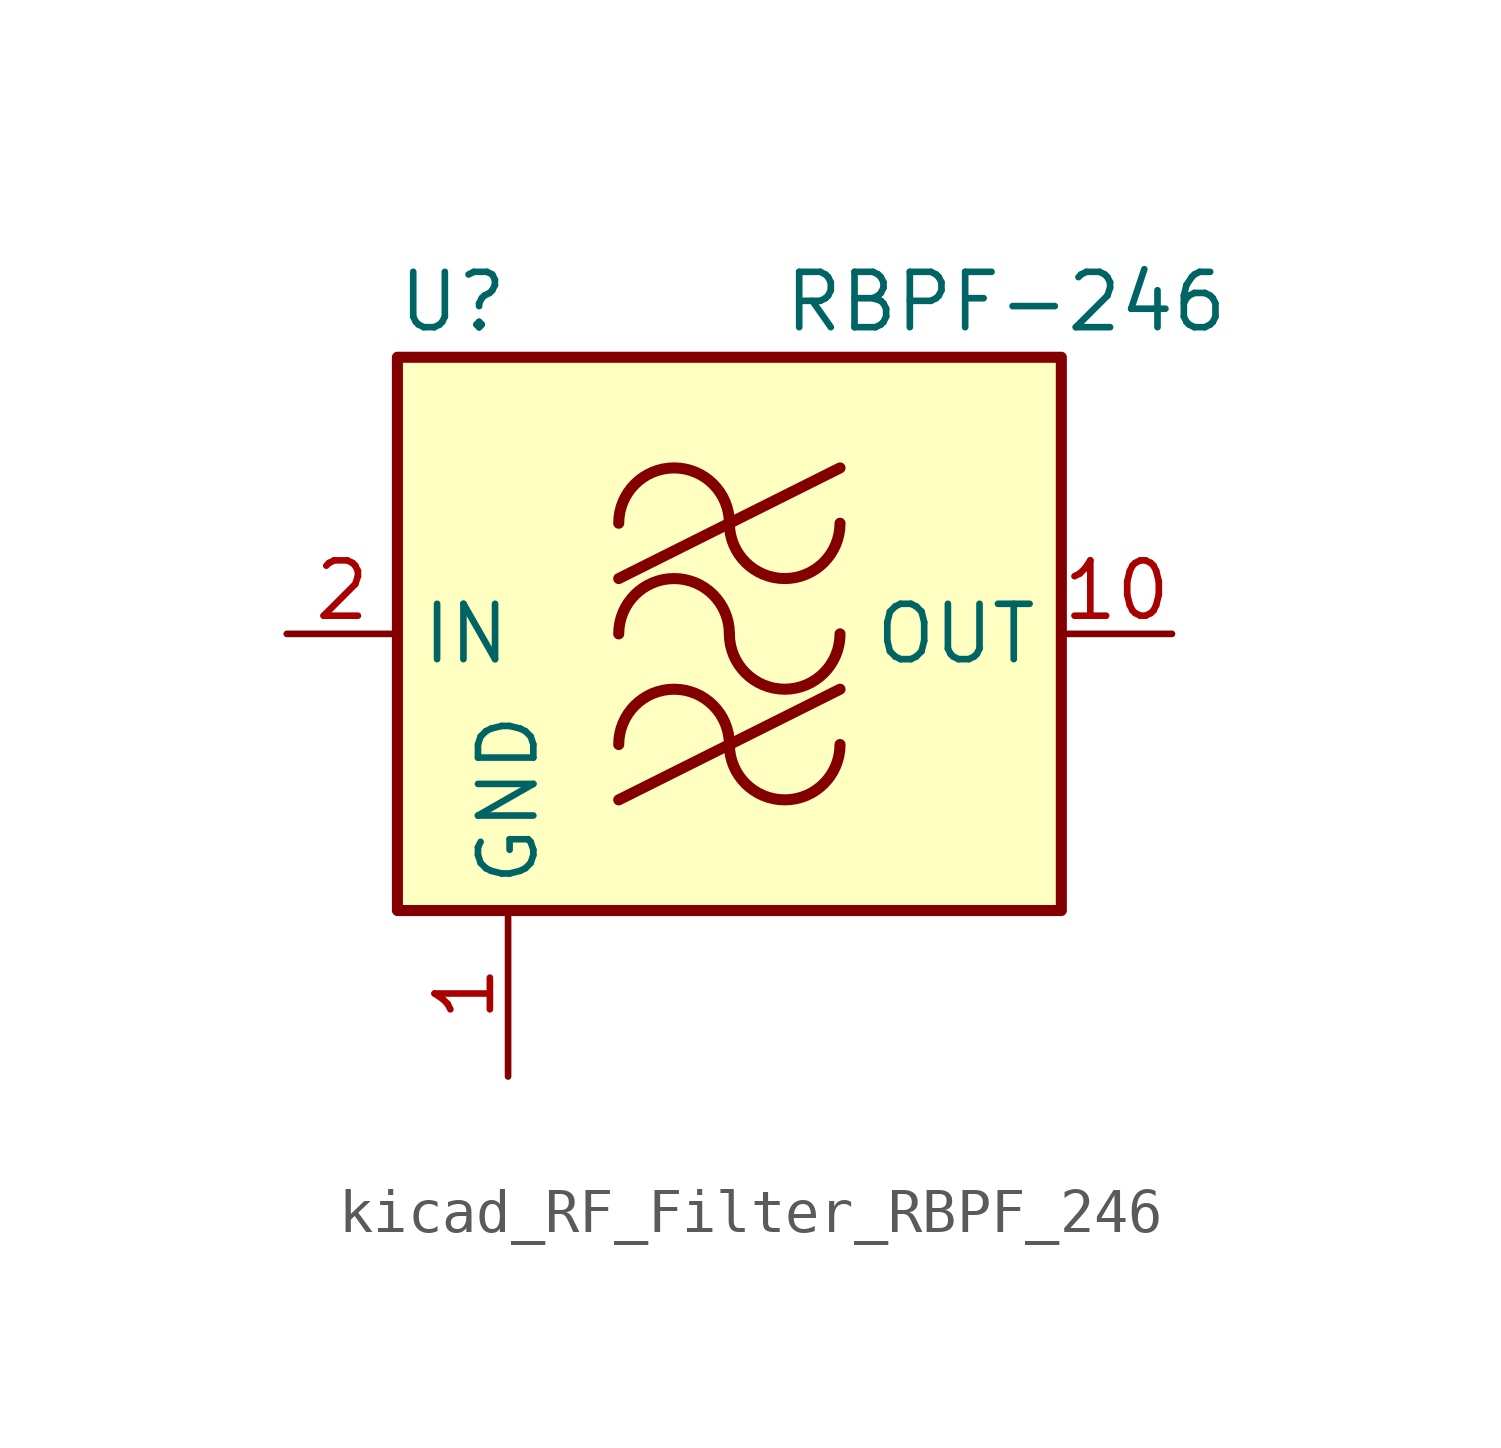
<source format=kicad_sym>
(kicad_symbol_lib
  (version 20220914)
  (generator kicad_symbol_editor)
  (symbol "kicad_RF_Filter_RBPF_246"
    (property "Reference" "U"
      (at -6.35 7.62 0)
      (effects (font (size 1.27 1.27))))
    (property "Value" "RBPF-246"
      (at 6.35 7.62 0)
      (effects (font (size 1.27 1.27))))
    (symbol "kicad_RF_Filter_RBPF_246_0_1"
      (rectangle (start -7.62 6.35) (end 7.62 -6.35) (stroke (width 0.254) (type default)) (fill (type background)))
      (arc (start 0 -2.54) (mid -1.27 -1.2755) (end -2.54 -2.54) (stroke (width 0.254) (type default)) (fill (type none)))
      (arc (start 0 -2.54) (mid 1.27 -3.8045) (end 2.54 -2.54) (stroke (width 0.254) (type default)) (fill (type none)))
      (arc (start 0 0) (mid -1.27 1.2645) (end -2.54 0) (stroke (width 0.254) (type default)) (fill (type none)))
      (polyline (pts (xy -2.54 -3.81) (xy 2.54 -1.27)) (stroke (width 0.254) (type default)) (fill (type none)))
      (polyline (pts (xy -2.54 1.27) (xy 2.54 3.81)) (stroke (width 0.254) (type default)) (fill (type none)))
      (arc (start 0 0) (mid 1.27 -1.2645) (end 2.54 0) (stroke (width 0.254) (type default)) (fill (type none)))
      (arc (start 0 2.54) (mid -1.27 3.8045) (end -2.54 2.54) (stroke (width 0.254) (type default)) (fill (type none)))
      (arc (start 0 2.54) (mid 1.27 1.2755) (end 2.54 2.54) (stroke (width 0.254) (type default)) (fill (type none))))
    (symbol "kicad_RF_Filter_RBPF_246_1_1"
      (pin power_in line (at -5.08 -10.16 90) (length 3.81) (name "GND" (effects (font (size 1.27 1.27)))) (number "1" (effects (font (size 1.27 1.27)))))
      (pin output line (at 10.16 0 180) (length 2.54) (name "OUT" (effects (font (size 1.27 1.27)))) (number "10" (effects (font (size 1.27 1.27)))))
      (pin passive line (at -5.08 -10.16 90) (length 3.81) hide (name "GND" (effects (font (size 1.27 1.27)))) (number "11" (effects (font (size 1.27 1.27)))))
      (pin passive line (at -5.08 -10.16 90) (length 3.81) hide (name "GND" (effects (font (size 1.27 1.27)))) (number "12" (effects (font (size 1.27 1.27)))))
      (pin passive line (at -5.08 -10.16 90) (length 3.81) hide (name "GND" (effects (font (size 1.27 1.27)))) (number "13" (effects (font (size 1.27 1.27)))))
      (pin no_connect line (at 7.62 -2.54 180) (length 2.54) hide (name "NC" (effects (font (size 1.27 1.27)))) (number "14" (effects (font (size 1.27 1.27)))))
      (pin passive line (at -5.08 -10.16 90) (length 3.81) hide (name "GND" (effects (font (size 1.27 1.27)))) (number "15" (effects (font (size 1.27 1.27)))))
      (pin passive line (at -5.08 -10.16 90) (length 3.81) hide (name "GND" (effects (font (size 1.27 1.27)))) (number "16" (effects (font (size 1.27 1.27)))))
      (pin input line (at -10.16 0 0) (length 2.54) (name "IN" (effects (font (size 1.27 1.27)))) (number "2" (effects (font (size 1.27 1.27)))))
      (pin passive line (at -5.08 -10.16 90) (length 3.81) hide (name "GND" (effects (font (size 1.27 1.27)))) (number "3" (effects (font (size 1.27 1.27)))))
      (pin passive line (at -5.08 -10.16 90) (length 3.81) hide (name "GND" (effects (font (size 1.27 1.27)))) (number "4" (effects (font (size 1.27 1.27)))))
      (pin passive line (at -5.08 -10.16 90) (length 3.81) hide (name "GND" (effects (font (size 1.27 1.27)))) (number "5" (effects (font (size 1.27 1.27)))))
      (pin passive line (at -5.08 -10.16 90) (length 3.81) hide (name "GND" (effects (font (size 1.27 1.27)))) (number "6" (effects (font (size 1.27 1.27)))))
      (pin passive line (at -5.08 -10.16 90) (length 3.81) hide (name "GND" (effects (font (size 1.27 1.27)))) (number "7" (effects (font (size 1.27 1.27)))))
      (pin passive line (at -5.08 -10.16 90) (length 3.81) hide (name "GND" (effects (font (size 1.27 1.27)))) (number "8" (effects (font (size 1.27 1.27)))))
      (pin passive line (at -5.08 -10.16 90) (length 3.81) hide (name "GND" (effects (font (size 1.27 1.27)))) (number "9" (effects (font (size 1.27 1.27))))))))
</source>
